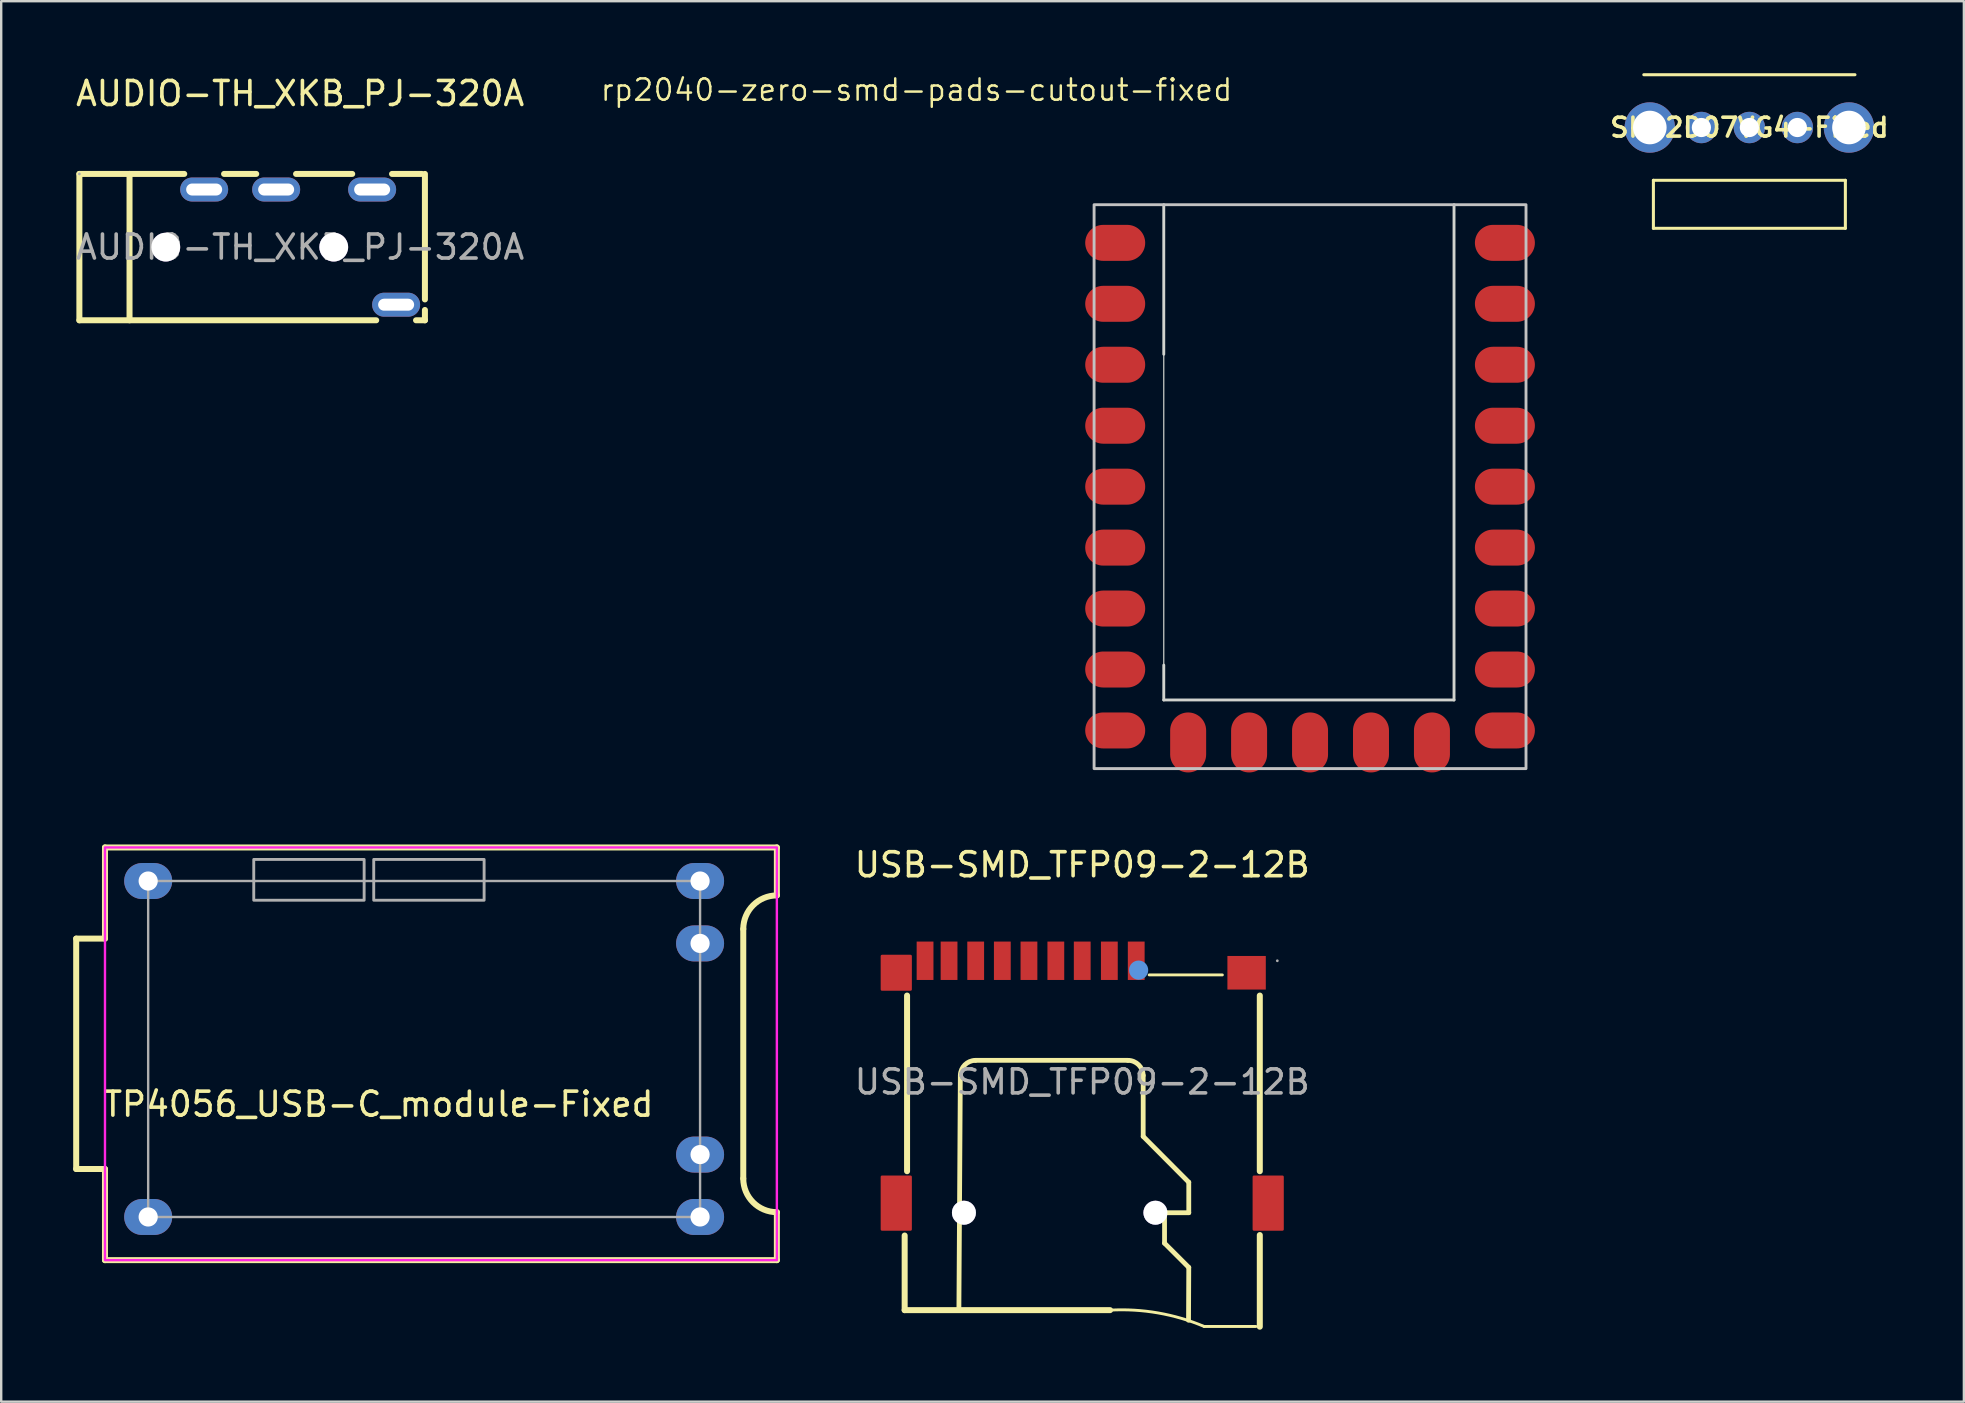
<source format=kicad_pcb>
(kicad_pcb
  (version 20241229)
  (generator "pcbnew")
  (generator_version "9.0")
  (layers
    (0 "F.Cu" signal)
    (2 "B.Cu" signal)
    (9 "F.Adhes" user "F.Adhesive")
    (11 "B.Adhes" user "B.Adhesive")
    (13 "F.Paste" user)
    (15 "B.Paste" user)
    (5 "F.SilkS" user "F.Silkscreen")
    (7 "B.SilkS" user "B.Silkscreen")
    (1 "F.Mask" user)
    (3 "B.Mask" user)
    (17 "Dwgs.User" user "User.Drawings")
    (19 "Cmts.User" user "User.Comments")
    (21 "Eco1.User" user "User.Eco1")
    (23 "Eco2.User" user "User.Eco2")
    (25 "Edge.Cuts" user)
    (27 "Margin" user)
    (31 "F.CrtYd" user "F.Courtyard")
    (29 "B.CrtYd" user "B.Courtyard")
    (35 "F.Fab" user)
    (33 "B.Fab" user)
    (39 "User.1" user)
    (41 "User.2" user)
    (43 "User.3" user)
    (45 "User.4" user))
  (footprint "USB-SMD_TFP09-2-12B"
    (layer "F.Cu")
    (at 42.051 42.039)
    (property "Reference" "USB-SMD_TFP09-2-12B" (at 0 -9.05 0) (layer "F.SilkS") (effects (font (size 1 1) (thickness 0.15))))
    (attr smd)
    (fp_line (start -7.4 9.51) (end -7.4 6.4) (stroke (width 0.25) (type solid)) (layer "F.SilkS"))
    (fp_line (start -7.3 -3.6) (end -7.3 3.72) (stroke (width 0.25) (type solid)) (layer "F.SilkS"))
    (fp_line (start -5.14 9.51) (end -5.08 -0.26) (stroke (width 0.2) (type solid)) (layer "F.SilkS"))
    (fp_line (start -4.45 -0.9) (end 1.9 -0.9) (stroke (width 0.2) (type solid)) (layer "F.SilkS"))
    (fp_line (start 1.16 9.51) (end -7.4 9.51) (stroke (width 0.25) (type solid)) (layer "F.SilkS"))
    (fp_line (start 2.54 -0.27) (end 2.54 2.27) (stroke (width 0.2) (type solid)) (layer "F.SilkS"))
    (fp_line (start 2.54 2.27) (end 4.44 4.18) (stroke (width 0.2) (type solid)) (layer "F.SilkS"))
    (fp_line (start 2.79 -4.46) (end 5.84 -4.46) (stroke (width 0.12) (type solid)) (layer "F.SilkS"))
    (fp_line (start 3.43 5.45) (end 3.43 6.72) (stroke (width 0.2) (type solid)) (layer "F.SilkS"))
    (fp_line (start 3.43 6.72) (end 4.44 7.73) (stroke (width 0.2) (type solid)) (layer "F.SilkS"))
    (fp_line (start 4.44 4.18) (end 4.44 5.45) (stroke (width 0.2) (type solid)) (layer "F.SilkS"))
    (fp_line (start 4.44 5.45) (end 3.43 5.45) (stroke (width 0.2) (type solid)) (layer "F.SilkS"))
    (fp_line (start 4.44 7.73) (end 4.43 9.93) (stroke (width 0.2) (type solid)) (layer "F.SilkS"))
    (fp_line (start 5.08 10.19) (end 7.24 10.19) (stroke (width 0.12) (type solid)) (layer "F.SilkS"))
    (fp_line (start 7.4 3.72) (end 7.4 -3.6) (stroke (width 0.25) (type solid)) (layer "F.SilkS"))
    (fp_line (start 7.4 10.2) (end 7.4 6.38) (stroke (width 0.25) (type solid)) (layer "F.SilkS"))
    (fp_arc (start -5.08 -0.27) (mid -4.892563 -0.712645) (end -4.449884 -0.900002) (stroke (width 0.2) (type solid)) (layer "F.SilkS"))
    (fp_arc (start 1.16 9.51) (mid 3.159688 9.626494) (end 5.081575 10.191009) (stroke (width 0.12) (type solid)) (layer "F.SilkS"))
    (fp_arc (start 1.9 -0.9) (mid 2.34902 -0.716049) (end 2.539923 -0.269941) (stroke (width 0.2) (type solid)) (layer "F.SilkS"))
    (fp_circle (center 2.35 -4.66) (end 2.55 -4.66) (stroke (width 0.4) (type solid)) (fill no) (layer "Cmts.User"))
    (fp_circle (center 8.13 -5.05) (end 8.16 -5.05) (stroke (width 0.06) (type solid)) (fill no) (layer "F.Fab"))
    (fp_text user "${REFERENCE}" (at 0 0 0) (layer "F.Fab") (effects (font (size 1 1) (thickness 0.15))))
    (pad "" thru_hole circle (at -4.93 5.45) (size 1 1) (drill 1) (layers "*.Cu" "*.Mask"))
    (pad "" thru_hole circle (at 3.05 5.45) (size 1 1) (drill 1) (layers "*.Cu" "*.Mask"))
    (pad "1" smd rect (at 2.25 -5.05) (size 0.7 1.6) (layers "F.Cu" "F.Mask" "F.Paste"))
    (pad "2" smd rect (at 1.13 -5.05) (size 0.7 1.6) (layers "F.Cu" "F.Mask" "F.Paste"))
    (pad "3" smd rect (at 0 -5.05) (size 0.7 1.6) (layers "F.Cu" "F.Mask" "F.Paste"))
    (pad "4" smd rect (at -1.1 -5.05) (size 0.7 1.6) (layers "F.Cu" "F.Mask" "F.Paste"))
    (pad "5" smd rect (at -2.22 -5.05) (size 0.7 1.6) (layers "F.Cu" "F.Mask" "F.Paste"))
    (pad "6" smd rect (at -3.33 -5.05) (size 0.7 1.6) (layers "F.Cu" "F.Mask" "F.Paste"))
    (pad "7" smd rect (at -4.44 -5.05) (size 0.7 1.6) (layers "F.Cu" "F.Mask" "F.Paste"))
    (pad "8" smd rect (at -5.55 -5.05) (size 0.7 1.6) (layers "F.Cu" "F.Mask" "F.Paste"))
    (pad "Cd" smd rect (at -6.55 -5.05) (size 0.7 1.6) (layers "F.Cu" "F.Mask" "F.Paste"))
    (pad "G" smd custom (at -7.75 -4.55) (size 0.01 0.01) (layers "F.Cu" "F.Mask" "F.Paste") (options (anchor circle)) (primitives (gr_poly (pts (xy -0.6 -0.7) (xy 0.6 -0.7) (xy 0.6 0.7) (xy -0.6 0.7)) (width 0.1) (fill yes))))
    (pad "S" smd rect (at 6.85 -4.55) (size 1.6 1.4) (layers "F.Cu" "F.Mask" "F.Paste"))
    (pad "S0" smd custom (at 7.75 5.05) (size 0.01 0.01) (layers "F.Cu" "F.Mask" "F.Paste") (options (anchor circle)) (primitives (gr_poly (pts (xy -0.6 -1.1) (xy 0.6 -1.1) (xy 0.6 1.1) (xy -0.6 1.1)) (width 0.1) (fill yes))))
    (pad "S1" smd custom (at -7.75 5.05) (size 0.01 0.01) (layers "F.Cu" "F.Mask" "F.Paste") (options (anchor circle)) (primitives (gr_poly (pts (xy -0.6 -1.1) (xy 0.6 -1.1) (xy 0.6 1.1) (xy -0.6 1.1)) (width 0.1) (fill yes)))))
  (footprint "rp2040-zero-smd-pads-cutout-fixed"
    (layer "F.Cu")
    (at 51.545 17.231)
    (property "Reference" "rp2040-zero-smd-pads-cutout-fixed" (at -16.399 -16.533 0) (layer "F.SilkS") (effects (font (size 0.889 0.889) (thickness 0.102))))
    (attr smd exclude_from_pos_files)
    (fp_rect (start -9 -11.75) (end 9 11.75) (stroke (width 0.12) (type solid)) (fill no) (layer "Dwgs.User"))
    (fp_line (start -6.096 -11.75) (end 6 -11.75) (stroke (width 0.05) (type default)) (layer "Edge.Cuts"))
    (fp_line (start -6.096 -5.518) (end -6.096 -11.75) (stroke (width 0.12) (type solid)) (layer "Edge.Cuts"))
    (fp_line (start -6.096 7.436) (end -6.096 -5.518) (stroke (width 0.05) (type default)) (layer "Edge.Cuts"))
    (fp_line (start -6.096 8.89) (end -6.096 7.436) (stroke (width 0.12) (type solid)) (layer "Edge.Cuts"))
    (fp_line (start -6.096 8.89) (end 6 8.89) (stroke (width 0.12) (type solid)) (layer "Edge.Cuts"))
    (fp_line (start 6 8.89) (end 6 -11.75) (stroke (width 0.12) (type solid)) (layer "Edge.Cuts"))
    (pad "1" smd oval (at 7.62 -10.16 180) (size 2.5 1.5) (drill (offset -0.5 0)) (layers "F.Cu" "F.Mask" "F.Paste"))
    (pad "2" smd oval (at 7.62 -7.62 180) (size 2.5 1.5) (drill (offset -0.5 0)) (layers "F.Cu" "F.Mask" "F.Paste"))
    (pad "3" smd oval (at 7.62 -5.08 180) (size 2.5 1.5) (drill (offset -0.5 0)) (layers "F.Cu" "F.Mask" "F.Paste"))
    (pad "4" smd oval (at 7.62 -2.54 180) (size 2.5 1.5) (drill (offset -0.5 0)) (layers "F.Cu" "F.Mask" "F.Paste"))
    (pad "5" smd oval (at 7.62 0 180) (size 2.5 1.5) (drill (offset -0.5 0)) (layers "F.Cu" "F.Mask" "F.Paste"))
    (pad "6" smd oval (at 7.62 2.54 180) (size 2.5 1.5) (drill (offset -0.5 0)) (layers "F.Cu" "F.Mask" "F.Paste"))
    (pad "7" smd oval (at 7.62 5.08 180) (size 2.5 1.5) (drill (offset -0.5 0)) (layers "F.Cu" "F.Mask" "F.Paste"))
    (pad "8" smd oval (at 7.62 7.62 180) (size 2.5 1.5) (drill (offset -0.5 0)) (layers "F.Cu" "F.Mask" "F.Paste"))
    (pad "9" smd oval (at 7.62 10.16 180) (size 2.5 1.5) (drill (offset -0.5 0)) (layers "F.Cu" "F.Mask" "F.Paste"))
    (pad "10" smd oval (at 5.08 10.16 90) (size 2.5 1.5) (drill (offset -0.5 0)) (layers "F.Cu" "F.Mask" "F.Paste"))
    (pad "11" smd oval (at 2.54 10.16 90) (size 2.5 1.5) (drill (offset -0.5 0)) (layers "F.Cu" "F.Mask" "F.Paste"))
    (pad "12" smd oval (at 0 10.16 90) (size 2.5 1.5) (drill (offset -0.5 0)) (layers "F.Cu" "F.Mask" "F.Paste"))
    (pad "13" smd oval (at -2.54 10.16 90) (size 2.5 1.5) (drill (offset -0.5 0)) (layers "F.Cu" "F.Mask" "F.Paste"))
    (pad "14" smd oval (at -5.08 10.16 90) (size 2.5 1.5) (drill (offset -0.5 0)) (layers "F.Cu" "F.Mask" "F.Paste"))
    (pad "15" smd oval (at -7.62 10.16) (size 2.5 1.5) (drill (offset -0.5 0)) (layers "F.Cu" "F.Mask" "F.Paste"))
    (pad "16" smd oval (at -7.62 7.62) (size 2.5 1.5) (drill (offset -0.5 0)) (layers "F.Cu" "F.Mask" "F.Paste"))
    (pad "17" smd oval (at -7.62 5.08) (size 2.5 1.5) (drill (offset -0.5 0)) (layers "F.Cu" "F.Mask" "F.Paste"))
    (pad "18" smd oval (at -7.62 2.54) (size 2.5 1.5) (drill (offset -0.5 0)) (layers "F.Cu" "F.Mask" "F.Paste"))
    (pad "19" smd oval (at -7.62 0) (size 2.5 1.5) (drill (offset -0.5 0)) (layers "F.Cu" "F.Mask" "F.Paste"))
    (pad "20" smd oval (at -7.62 -2.54) (size 2.5 1.5) (drill (offset -0.5 0)) (layers "F.Cu" "F.Mask" "F.Paste"))
    (pad "21" smd oval (at -7.62 -5.08) (size 2.5 1.5) (drill (offset -0.5 0)) (layers "F.Cu" "F.Mask" "F.Paste"))
    (pad "22" smd oval (at -7.62 -10.16) (size 2.5 1.5) (drill (offset -0.5 0)) (layers "F.Cu" "F.Mask" "F.Paste"))
    (pad "23" smd oval (at -7.62 -7.62) (size 2.5 1.5) (drill (offset -0.5 0)) (layers "F.Cu" "F.Mask" "F.Paste")))
  (footprint "SK12D07VG4-Fixed"
    (layer "F.Cu")
    (at 69.854 2.264)
    (property "Reference" "SK12D07VG4-Fixed" (at 0 0 0) (layer "F.SilkS") (effects (font (size 0.787 0.787) (thickness 0.15))))
    (attr through_hole)
    (fp_line (start -4.4 -2.2) (end 4.4 -2.2) (stroke (width 0.127) (type solid)) (layer "F.SilkS"))
    (fp_line (start -4 2.2) (end -4 4.2) (stroke (width 0.127) (type solid)) (layer "F.SilkS"))
    (fp_line (start -4 4.2) (end 4 4.2) (stroke (width 0.127) (type solid)) (layer "F.SilkS"))
    (fp_line (start 4 2.2) (end -4 2.2) (stroke (width 0.127) (type solid)) (layer "F.SilkS"))
    (fp_line (start 4 4.2) (end 4 2.2) (stroke (width 0.127) (type solid)) (layer "F.SilkS"))
    (pad "" thru_hole circle (at -4.15 0) (size 2.1 2.1) (drill 1.4) (layers "*.Cu" "*.Mask"))
    (pad "" thru_hole circle (at 4.15 0) (size 2.1 2.1) (drill 1.4) (layers "*.Cu" "*.Mask"))
    (pad "1" thru_hole circle (at -2 0) (size 1.308 1.308) (drill 0.8) (layers "*.Cu" "*.Mask"))
    (pad "2" thru_hole circle (at 2 0) (size 1.308 1.308) (drill 0.8) (layers "*.Cu" "*.Mask"))
    (pad "COM" thru_hole circle (at 0 0) (size 1.308 1.308) (drill 0.8) (layers "*.Cu" "*.Mask")))
  (footprint "TP4056_USB-C_module-Fixed"
    (layer "F.Cu")
    (at 12.725 43.466)
    (property "Reference" "TP4056_USB-C_module-Fixed" (at 0 -0.5 0) (unlocked yes) (layer "F.SilkS") (effects (font (size 1 1) (thickness 0.15))))
    (attr through_hole)
    (fp_line (start -12.6 -7.4) (end -12.6 2.2) (stroke (width 0.25) (type default)) (layer "F.SilkS"))
    (fp_line (start -12.6 2.2) (end -11.4 2.2) (stroke (width 0.25) (type default)) (layer "F.SilkS"))
    (fp_line (start -11.4 -11.2) (end -11.4 -7.4) (stroke (width 0.25) (type default)) (layer "F.SilkS"))
    (fp_line (start -11.4 -7.4) (end -12.6 -7.4) (stroke (width 0.25) (type default)) (layer "F.SilkS"))
    (fp_line (start -11.4 2.2) (end -11.4 6) (stroke (width 0.25) (type default)) (layer "F.SilkS"))
    (fp_line (start -11.4 6) (end 16.6 6) (stroke (width 0.25) (type default)) (layer "F.SilkS"))
    (fp_line (start 15.2 2.6) (end 15.2 -7.8) (stroke (width 0.25) (type default)) (layer "F.SilkS"))
    (fp_line (start 16.6 -11.2) (end -11.4 -11.2) (stroke (width 0.25) (type default)) (layer "F.SilkS"))
    (fp_line (start 16.6 -11.2) (end 16.6 -9.2) (stroke (width 0.25) (type default)) (layer "F.SilkS"))
    (fp_line (start 16.6 6) (end 16.6 4) (stroke (width 0.25) (type default)) (layer "F.SilkS"))
    (fp_arc (start 15.2 -7.8) (mid 15.610051 -8.789949) (end 16.6 -9.2) (stroke (width 0.25) (type default)) (layer "F.SilkS"))
    (fp_arc (start 16.6 4) (mid 15.610051 3.589949) (end 15.2 2.6) (stroke (width 0.25) (type default)) (layer "F.SilkS"))
    (fp_rect (start -11.4 -11.2) (end 16.6 6) (stroke (width 0.1) (type default)) (fill no) (layer "F.CrtYd"))
    (fp_rect (start -9.6 -9.8) (end 13.4 4.2) (stroke (width 0.1) (type default)) (fill no) (layer "F.Fab"))
    (fp_rect (start -5.2 -10.7) (end -0.6 -9) (stroke (width 0.12) (type default)) (fill no) (layer "F.Fab"))
    (fp_rect (start -0.2 -10.7) (end 4.4 -9) (stroke (width 0.12) (type default)) (fill no) (layer "F.Fab"))
    (pad "1" thru_hole oval (at -9.6 -9.8) (size 2 1.5) (drill 0.8) (layers "*.Cu" "*.Mask"))
    (pad "2" thru_hole oval (at -9.6 4.2) (size 2 1.5) (drill 0.8) (layers "*.Cu" "*.Mask"))
    (pad "3" thru_hole oval (at 13.4 -7.2) (size 2 1.5) (drill 0.8) (layers "*.Cu" "*.Mask"))
    (pad "4" thru_hole oval (at 13.4 1.6) (size 2 1.5) (drill 0.8) (layers "*.Cu" "*.Mask"))
    (pad "5" thru_hole oval (at 13.4 -9.8) (size 2 1.5) (drill 0.8) (layers "*.Cu" "*.Mask"))
    (pad "6" thru_hole oval (at 13.4 4.2) (size 2 1.5) (drill 0.8) (layers "*.Cu" "*.Mask")))
  (footprint "AUDIO-TH_XKB_PJ-320A"
    (layer "F.Cu")
    (at 9.458 7.248)
    (property "Reference" "AUDIO-TH_XKB_PJ-320A" (at 0 -6.4 0) (layer "F.SilkS") (effects (font (size 1 1) (thickness 0.15))))
    (attr through_hole)
    (fp_line (start -9.2 -3.05) (end -9.2 3.05) (stroke (width 0.25) (type solid)) (layer "F.SilkS"))
    (fp_line (start -9.2 -3.05) (end -4.83 -3.05) (stroke (width 0.25) (type solid)) (layer "F.SilkS"))
    (fp_line (start -9.2 3.05) (end 3.17 3.05) (stroke (width 0.25) (type solid)) (layer "F.SilkS"))
    (fp_line (start -7.11 -3.05) (end -7.11 3.05) (stroke (width 0.25) (type solid)) (layer "F.SilkS"))
    (fp_line (start -3.17 -3.05) (end -1.83 -3.05) (stroke (width 0.25) (type solid)) (layer "F.SilkS"))
    (fp_line (start -0.17 -3.05) (end 2.17 -3.05) (stroke (width 0.25) (type solid)) (layer "F.SilkS"))
    (fp_line (start 3.83 -3.05) (end 5.07 -3.05) (stroke (width 0.25) (type solid)) (layer "F.SilkS"))
    (fp_line (start 4.83 3.05) (end 5.2 3.05) (stroke (width 0.25) (type solid)) (layer "F.SilkS"))
    (fp_line (start 5.2 2.18) (end 5.2 -3.05) (stroke (width 0.25) (type solid)) (layer "F.SilkS"))
    (fp_line (start 5.2 3.05) (end 5.2 2.62) (stroke (width 0.25) (type solid)) (layer "F.SilkS"))
    (fp_circle (center -5.6 0) (end -5.41 0) (stroke (width 0.38) (type solid)) (fill no) (layer "Cmts.User"))
    (fp_circle (center 1.4 0) (end 1.59 0) (stroke (width 0.38) (type solid)) (fill no) (layer "Cmts.User"))
    (fp_circle (center -9.2 -3.05) (end -9.17 -3.05) (stroke (width 0.06) (type solid)) (fill no) (layer "F.Fab"))
    (fp_text user "${REFERENCE}" (at 0 0 0) (layer "F.Fab") (effects (font (size 1 1) (thickness 0.15))))
    (pad "" thru_hole circle (at -5.6 0) (size 1.2 1.2) (drill 1.2) (layers "*.Cu" "*.Mask"))
    (pad "" thru_hole circle (at 1.4 0) (size 1.2 1.2) (drill 1.2) (layers "*.Cu" "*.Mask"))
    (pad "2" thru_hole oval (at -4 -2.4 90) (size 1 2) (drill oval 0.5 1.5) (layers "*.Cu" "*.Mask"))
    (pad "3" thru_hole oval (at -1 -2.4 90) (size 1 2) (drill oval 0.5 1.5) (layers "*.Cu" "*.Mask"))
    (pad "4" thru_hole oval (at 3 -2.4 90) (size 1 2) (drill oval 0.5 1.5) (layers "*.Cu" "*.Mask"))
    (pad "5" thru_hole oval (at 4 2.4 90) (size 1 2) (drill oval 0.5 1.5) (layers "*.Cu" "*.Mask")))
  (gr_rect
    (start -3 -3)
    (end 78.793 55.364)
    (stroke (width 0.1) (type default))
    (fill no)
    (layer "Edge.Cuts")))
</source>
